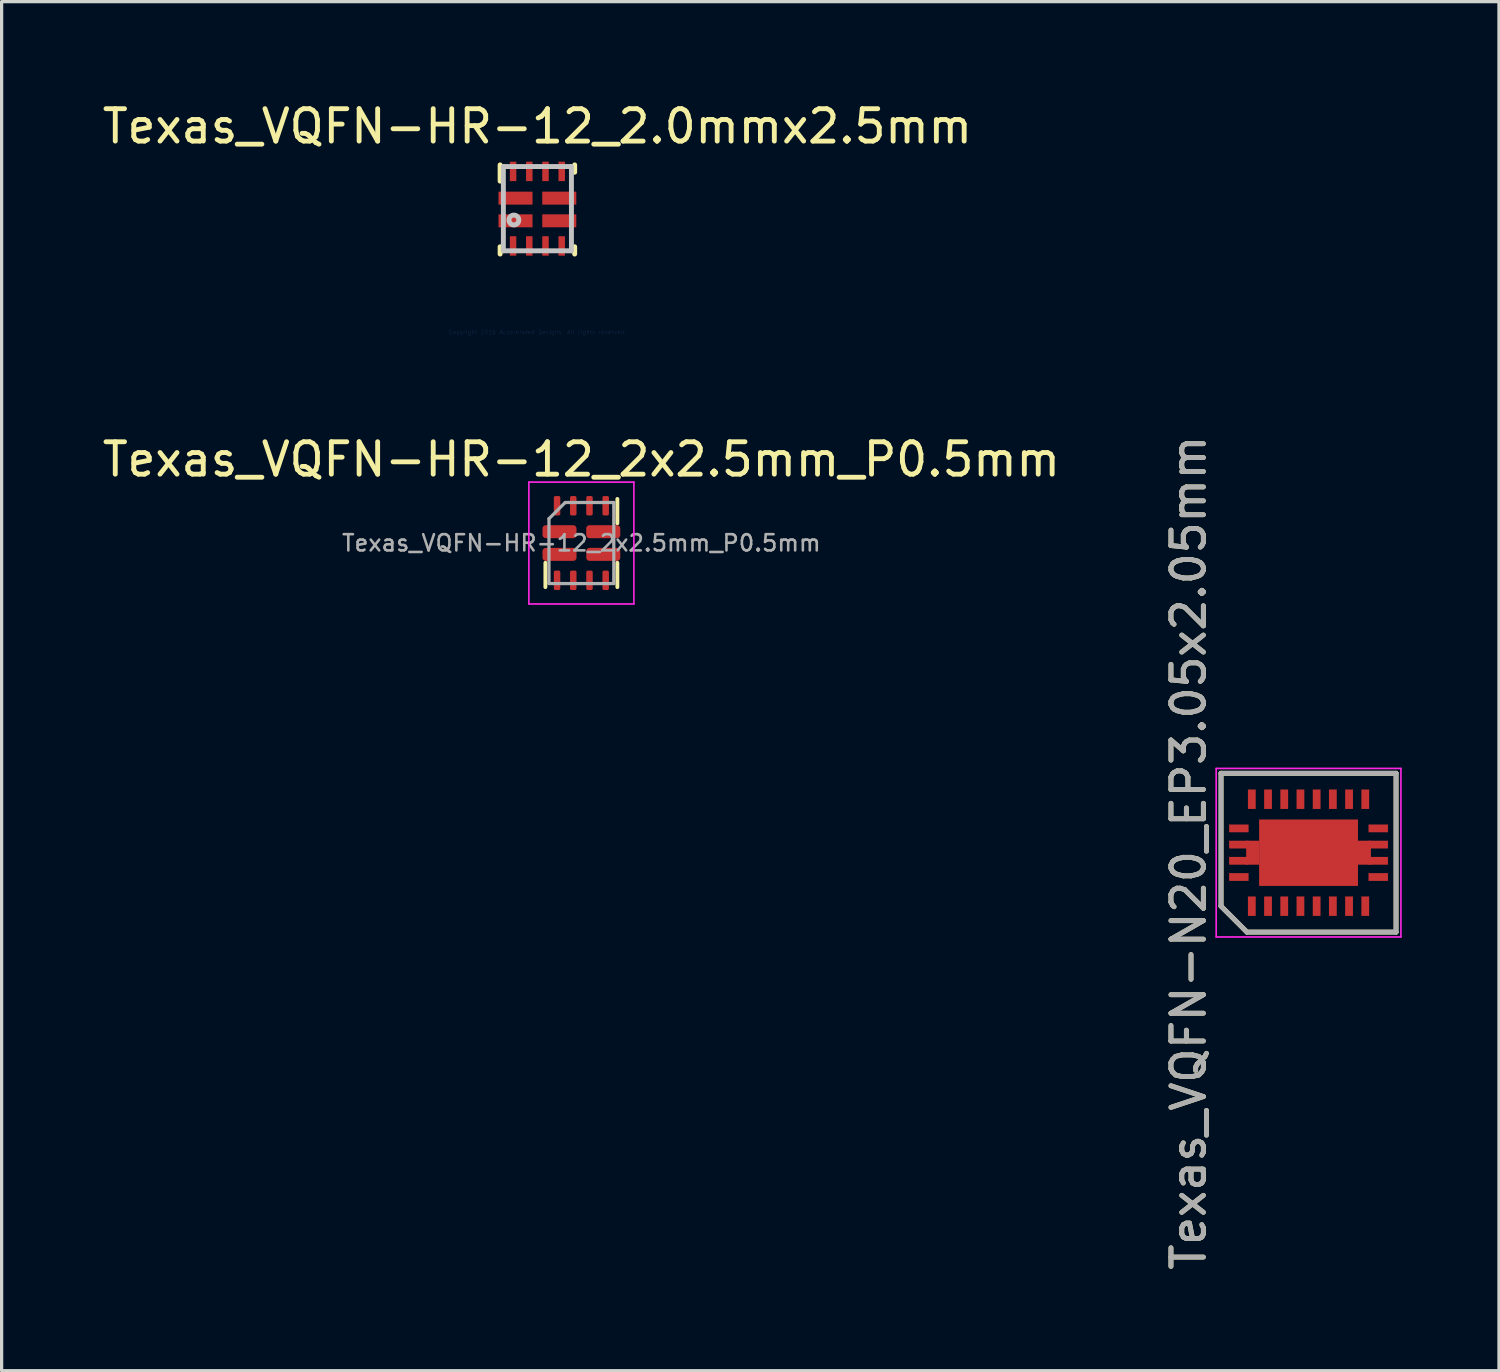
<source format=kicad_pcb>
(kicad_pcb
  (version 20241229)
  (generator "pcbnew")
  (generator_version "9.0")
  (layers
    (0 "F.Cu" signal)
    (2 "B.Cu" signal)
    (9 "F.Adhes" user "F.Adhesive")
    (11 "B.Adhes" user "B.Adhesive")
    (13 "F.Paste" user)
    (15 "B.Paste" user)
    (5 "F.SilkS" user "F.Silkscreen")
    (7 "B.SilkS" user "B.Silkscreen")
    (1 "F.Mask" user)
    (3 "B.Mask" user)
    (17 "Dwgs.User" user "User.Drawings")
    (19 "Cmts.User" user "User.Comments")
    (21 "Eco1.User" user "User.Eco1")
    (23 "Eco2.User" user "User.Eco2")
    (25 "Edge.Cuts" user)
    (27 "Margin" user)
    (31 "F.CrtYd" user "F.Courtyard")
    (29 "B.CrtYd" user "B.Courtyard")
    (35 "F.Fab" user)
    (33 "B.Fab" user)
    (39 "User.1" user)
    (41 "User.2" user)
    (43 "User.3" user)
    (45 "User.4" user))
  (footprint "Texas_VQFN-N20_EP3.05x2.05mm"
    (layer "F.Cu")
    (at 37.322 23.258)
    (property "Reference" "Texas_VQFN-N20_EP3.05x2.05mm" (at -3.7 0 90) (layer "F.SilkS") (effects (font (size 1 1) (thickness 0.15))))
    (attr smd)
    (fp_line (start -2.7 -2.45) (end 2.7 -2.45) (stroke (width 0.15) (type solid)) (layer "F.SilkS"))
    (fp_line (start -2.7 1.65) (end -2.7 -2.45) (stroke (width 0.15) (type solid)) (layer "F.SilkS"))
    (fp_line (start -1.9 2.45) (end -2.7 1.65) (stroke (width 0.15) (type solid)) (layer "F.SilkS"))
    (fp_line (start 2.7 -2.45) (end 2.7 2.45) (stroke (width 0.15) (type solid)) (layer "F.SilkS"))
    (fp_line (start 2.7 2.45) (end -1.9 2.45) (stroke (width 0.15) (type solid)) (layer "F.SilkS"))
    (fp_line (start -2.85 -2.6) (end 2.85 -2.6) (stroke (width 0.05) (type solid)) (layer "F.CrtYd"))
    (fp_line (start -2.85 2.6) (end -2.85 -2.6) (stroke (width 0.05) (type solid)) (layer "F.CrtYd"))
    (fp_line (start 2.85 -2.6) (end 2.85 2.6) (stroke (width 0.05) (type solid)) (layer "F.CrtYd"))
    (fp_line (start 2.85 2.6) (end -2.85 2.6) (stroke (width 0.05) (type solid)) (layer "F.CrtYd"))
    (fp_line (start -2.7 -2.45) (end 2.7 -2.45) (stroke (width 0.15) (type solid)) (layer "F.Fab"))
    (fp_line (start -2.7 1.65) (end -2.7 -2.45) (stroke (width 0.15) (type solid)) (layer "F.Fab"))
    (fp_line (start -1.9 2.45) (end -2.7 1.65) (stroke (width 0.15) (type solid)) (layer "F.Fab"))
    (fp_line (start 2.7 -2.45) (end 2.7 2.45) (stroke (width 0.15) (type solid)) (layer "F.Fab"))
    (fp_line (start 2.7 2.45) (end -1.9 2.45) (stroke (width 0.15) (type solid)) (layer "F.Fab"))
    (fp_text user "${REFERENCE}" (at -3.7 0 90) (layer "F.Fab") (effects (font (size 1 1) (thickness 0.15))))
    (pad "" smd rect (at -1.8 0) (size 0.25 0.74) (layers "F.Paste"))
    (pad "" smd rect (at -1.05 -0.56) (size 0.85 0.92) (layers "F.Paste"))
    (pad "" smd rect (at -1.05 0.56) (size 0.85 0.92) (layers "F.Paste"))
    (pad "" smd rect (at 0 -0.56) (size 0.85 0.92) (layers "F.Paste"))
    (pad "" smd rect (at 0 0.56) (size 0.85 0.92) (layers "F.Paste"))
    (pad "" smd rect (at 1.05 -0.56) (size 0.85 0.92) (layers "F.Paste"))
    (pad "" smd rect (at 1.05 0.56) (size 0.85 0.92) (layers "F.Paste"))
    (pad "" smd rect (at 1.8 0) (size 0.25 0.74) (layers "F.Paste"))
    (pad "1" smd rect (at -2.15 0.75 90) (size 0.24 0.6) (layers "F.Cu" "F.Mask" "F.Paste"))
    (pad "2" smd rect (at -1.75 1.65) (size 0.24 0.6) (layers "F.Cu" "F.Mask" "F.Paste"))
    (pad "3" smd rect (at -1.25 1.65) (size 0.24 0.6) (layers "F.Cu" "F.Mask" "F.Paste"))
    (pad "4" smd rect (at -0.75 1.65) (size 0.24 0.6) (layers "F.Cu" "F.Mask" "F.Paste"))
    (pad "5" smd rect (at -0.25 1.65) (size 0.24 0.6) (layers "F.Cu" "F.Mask" "F.Paste"))
    (pad "6" smd rect (at 0.25 1.65) (size 0.24 0.6) (layers "F.Cu" "F.Mask" "F.Paste"))
    (pad "7" smd rect (at 0.75 1.65) (size 0.24 0.6) (layers "F.Cu" "F.Mask" "F.Paste"))
    (pad "8" smd rect (at 1.25 1.65) (size 0.24 0.6) (layers "F.Cu" "F.Mask" "F.Paste"))
    (pad "9" smd rect (at 1.75 1.65) (size 0.24 0.6) (layers "F.Cu" "F.Mask" "F.Paste"))
    (pad "10" smd rect (at 2.15 0.75 90) (size 0.24 0.6) (layers "F.Cu" "F.Mask" "F.Paste"))
    (pad "11" smd rect (at 2.15 -0.75 90) (size 0.24 0.6) (layers "F.Cu" "F.Mask" "F.Paste"))
    (pad "12" smd rect (at 1.75 -1.65) (size 0.24 0.6) (layers "F.Cu" "F.Mask" "F.Paste"))
    (pad "13" smd rect (at 1.25 -1.65) (size 0.24 0.6) (layers "F.Cu" "F.Mask" "F.Paste"))
    (pad "14" smd rect (at 0.75 -1.65) (size 0.24 0.6) (layers "F.Cu" "F.Mask" "F.Paste"))
    (pad "15" smd rect (at 0.25 -1.65) (size 0.24 0.6) (layers "F.Cu" "F.Mask" "F.Paste"))
    (pad "16" smd rect (at -0.25 -1.65) (size 0.24 0.6) (layers "F.Cu" "F.Mask" "F.Paste"))
    (pad "17" smd rect (at -0.75 -1.65) (size 0.24 0.6) (layers "F.Cu" "F.Mask" "F.Paste"))
    (pad "18" smd rect (at -1.25 -1.65) (size 0.24 0.6) (layers "F.Cu" "F.Mask" "F.Paste"))
    (pad "19" smd rect (at -1.75 -1.65) (size 0.24 0.6) (layers "F.Cu" "F.Mask" "F.Paste"))
    (pad "20" smd rect (at -2.15 -0.75 90) (size 0.24 0.6) (layers "F.Cu" "F.Mask" "F.Paste"))
    (pad "21" smd rect (at -2.15 -0.25 90) (size 0.24 0.6) (layers "F.Cu" "F.Mask" "F.Paste"))
    (pad "21" smd rect (at -2.15 0.25 90) (size 0.24 0.6) (layers "F.Cu" "F.Mask" "F.Paste"))
    (pad "21" smd rect (at -1.725 0) (size 0.4 0.74) (layers "F.Cu" "F.Mask"))
    (pad "21" smd rect (at 0 0) (size 3.05 2.05) (layers "F.Cu" "F.Mask"))
    (pad "21" smd rect (at 1.725 0) (size 0.4 0.74) (layers "F.Cu" "F.Mask"))
    (pad "21" smd rect (at 2.15 -0.25 90) (size 0.24 0.6) (layers "F.Cu" "F.Mask" "F.Paste"))
    (pad "21" smd rect (at 2.15 0.25 90) (size 0.24 0.6) (layers "F.Cu" "F.Mask" "F.Paste")))
  (footprint "Texas_VQFN-HR-12_2.0mmx2.5mm"
    (layer "F.Cu")
    (at 13.53 3.388)
    (property "Reference" "Texas_VQFN-HR-12_2.0mmx2.5mm" (at 0 -2.54 0) (layer "F.SilkS") (effects (font (size 1 1) (thickness 0.15))))
    (attr through_hole)
    (fp_line (start -1.15 -0.85) (end -1.15 -1.35) (stroke (width 0.152) (type solid)) (layer "F.SilkS"))
    (fp_line (start -1.15 1.4) (end -1.15 1.175) (stroke (width 0.152) (type solid)) (layer "F.SilkS"))
    (fp_line (start 1.15 -1.125) (end 1.15 -1.35) (stroke (width 0.152) (type solid)) (layer "F.SilkS"))
    (fp_line (start 1.15 1.4) (end 1.15 1.175) (stroke (width 0.152) (type solid)) (layer "F.SilkS"))
    (fp_line (start -1.05 -1.3) (end 1.05 -1.3) (stroke (width 0.152) (type solid)) (layer "Dwgs.User"))
    (fp_line (start -1.05 1.3) (end -1.05 -1.3) (stroke (width 0.152) (type solid)) (layer "Dwgs.User"))
    (fp_line (start -1.05 1.3) (end 1.05 1.3) (stroke (width 0.152) (type solid)) (layer "Dwgs.User"))
    (fp_line (start 1.05 1.3) (end 1.05 -1.3) (stroke (width 0.152) (type solid)) (layer "Dwgs.User"))
    (fp_circle (center -0.725 0.35) (end -0.573 0.35) (stroke (width 0.152) (type solid)) (fill no) (layer "Dwgs.User"))
    (fp_text user "Copyright 2016 Accelerated Designs. All rights reserved." (at 0 3.81 0) (layer "Cmts.User") (effects (font (size 0.127 0.127) (thickness 0.002))))
    (pad "" smd rect (at -0.75 -1.15 90) (size 0.6 0.2) (layers "F.Mask"))
    (pad "" smd rect (at -0.75 -1.15 90) (size 0.6 0.2) (layers "F.Paste"))
    (pad "" smd rect (at -0.75 1.15 90) (size 0.6 0.2) (layers "F.Mask"))
    (pad "" smd rect (at -0.75 1.15 90) (size 0.6 0.2) (layers "F.Paste"))
    (pad "" smd rect (at -0.675 -0.325) (size 1.05 0.4) (layers "F.Mask"))
    (pad "" smd rect (at -0.675 -0.325) (size 1.05 0.4) (layers "F.Paste"))
    (pad "" smd rect (at -0.675 0.375) (size 1.05 0.4) (layers "F.Mask"))
    (pad "" smd rect (at -0.675 0.375) (size 1.05 0.4) (layers "F.Paste"))
    (pad "" smd rect (at -0.25 -1.15 90) (size 0.6 0.2) (layers "F.Mask"))
    (pad "" smd rect (at -0.25 -1.15 90) (size 0.6 0.2) (layers "F.Paste"))
    (pad "" smd rect (at -0.25 1.15 90) (size 0.6 0.2) (layers "F.Mask"))
    (pad "" smd rect (at -0.25 1.15 90) (size 0.6 0.2) (layers "F.Paste"))
    (pad "" smd rect (at 0.25 -1.15 90) (size 0.6 0.2) (layers "F.Mask"))
    (pad "" smd rect (at 0.25 -1.15 90) (size 0.6 0.2) (layers "F.Paste"))
    (pad "" smd rect (at 0.25 1.15 90) (size 0.6 0.2) (layers "F.Mask"))
    (pad "" smd rect (at 0.25 1.15 90) (size 0.6 0.2) (layers "F.Paste"))
    (pad "" smd rect (at 0.675 -0.325) (size 1.05 0.4) (layers "F.Mask"))
    (pad "" smd rect (at 0.675 -0.325) (size 1.05 0.4) (layers "F.Paste"))
    (pad "" smd rect (at 0.675 0.375) (size 1.05 0.4) (layers "F.Mask"))
    (pad "" smd rect (at 0.675 0.375) (size 1.05 0.4) (layers "F.Paste"))
    (pad "" smd rect (at 0.75 -1.15 90) (size 0.6 0.2) (layers "F.Mask"))
    (pad "" smd rect (at 0.75 -1.15 90) (size 0.6 0.2) (layers "F.Paste"))
    (pad "" smd rect (at 0.75 1.15 90) (size 0.6 0.2) (layers "F.Mask"))
    (pad "" smd rect (at 0.75 1.15 90) (size 0.6 0.2) (layers "F.Paste"))
    (pad "1" smd rect (at -0.675 -0.325) (size 1.05 0.4) (layers "F.Cu"))
    (pad "2" smd rect (at -0.675 0.375) (size 1.05 0.4) (layers "F.Cu"))
    (pad "3" smd rect (at -0.75 1.15 90) (size 0.6 0.2) (layers "F.Cu"))
    (pad "4" smd rect (at -0.25 1.15 90) (size 0.6 0.2) (layers "F.Cu"))
    (pad "5" smd rect (at 0.25 1.15 90) (size 0.6 0.2) (layers "F.Cu"))
    (pad "6" smd rect (at 0.75 1.15 90) (size 0.6 0.2) (layers "F.Cu"))
    (pad "7" smd rect (at 0.675 0.375) (size 1.05 0.4) (layers "F.Cu"))
    (pad "8" smd rect (at 0.675 -0.325) (size 1.05 0.4) (layers "F.Cu"))
    (pad "9" smd rect (at 0.75 -1.15 90) (size 0.6 0.2) (layers "F.Cu"))
    (pad "10" smd rect (at 0.25 -1.15 90) (size 0.6 0.2) (layers "F.Cu"))
    (pad "11" smd rect (at -0.25 -1.15 90) (size 0.6 0.2) (layers "F.Cu"))
    (pad "12" smd rect (at -0.75 -1.15 90) (size 0.6 0.2) (layers "F.Cu")))
  (footprint "Texas_VQFN-HR-12_2x2.5mm_P0.5mm"
    (layer "F.Cu")
    (at 14.887 13.704)
    (property "Reference" "Texas_VQFN-HR-12_2x2.5mm_P0.5mm" (at 0 -2.58 0) (layer "F.SilkS") (effects (font (size 1 1) (thickness 0.15))))
    (attr smd)
    (fp_line (start -1.11 1.36) (end -1.11 0.61) (stroke (width 0.12) (type solid)) (layer "F.SilkS"))
    (fp_line (start 1.11 -1.36) (end 1.11 -0.61) (stroke (width 0.12) (type solid)) (layer "F.SilkS"))
    (fp_line (start 1.11 1.36) (end 1.11 0.61) (stroke (width 0.12) (type solid)) (layer "F.SilkS"))
    (fp_line (start -1.62 -1.88) (end -1.62 1.88) (stroke (width 0.05) (type solid)) (layer "F.CrtYd"))
    (fp_line (start -1.62 1.88) (end 1.62 1.88) (stroke (width 0.05) (type solid)) (layer "F.CrtYd"))
    (fp_line (start 1.62 -1.88) (end -1.62 -1.88) (stroke (width 0.05) (type solid)) (layer "F.CrtYd"))
    (fp_line (start 1.62 1.88) (end 1.62 -1.88) (stroke (width 0.05) (type solid)) (layer "F.CrtYd"))
    (fp_line (start -1 -0.75) (end -0.5 -1.25) (stroke (width 0.1) (type solid)) (layer "F.Fab"))
    (fp_line (start -1 1.25) (end -1 -0.75) (stroke (width 0.1) (type solid)) (layer "F.Fab"))
    (fp_line (start -0.5 -1.25) (end 1 -1.25) (stroke (width 0.1) (type solid)) (layer "F.Fab"))
    (fp_line (start 1 -1.25) (end 1 1.25) (stroke (width 0.1) (type solid)) (layer "F.Fab"))
    (fp_line (start 1 1.25) (end -1 1.25) (stroke (width 0.1) (type solid)) (layer "F.Fab"))
    (fp_text user "${REFERENCE}" (at 0 0 0) (layer "F.Fab") (effects (font (size 0.5 0.5) (thickness 0.08))))
    (pad "1" smd roundrect (at -0.675 -0.35) (size 1.05 0.4) (layers "F.Cu" "F.Mask" "F.Paste") (roundrect_rratio 0.25))
    (pad "2" smd roundrect (at -0.675 0.35) (size 1.05 0.4) (layers "F.Cu" "F.Mask" "F.Paste") (roundrect_rratio 0.25))
    (pad "3" smd roundrect (at -0.75 1.15) (size 0.2 0.6) (layers "F.Cu" "F.Mask" "F.Paste") (roundrect_rratio 0.25))
    (pad "4" smd roundrect (at -0.25 1.15) (size 0.2 0.6) (layers "F.Cu" "F.Mask" "F.Paste") (roundrect_rratio 0.25))
    (pad "5" smd roundrect (at 0.25 1.15) (size 0.2 0.6) (layers "F.Cu" "F.Mask" "F.Paste") (roundrect_rratio 0.25))
    (pad "6" smd roundrect (at 0.75 1.15) (size 0.2 0.6) (layers "F.Cu" "F.Mask" "F.Paste") (roundrect_rratio 0.25))
    (pad "7" smd roundrect (at 0.675 0.35) (size 1.05 0.4) (layers "F.Cu" "F.Mask" "F.Paste") (roundrect_rratio 0.25))
    (pad "8" smd roundrect (at 0.675 -0.35) (size 1.05 0.4) (layers "F.Cu" "F.Mask" "F.Paste") (roundrect_rratio 0.25))
    (pad "9" smd roundrect (at 0.75 -1.15) (size 0.2 0.6) (layers "F.Cu" "F.Mask" "F.Paste") (roundrect_rratio 0.25))
    (pad "10" smd roundrect (at 0.25 -1.15) (size 0.2 0.6) (layers "F.Cu" "F.Mask" "F.Paste") (roundrect_rratio 0.25))
    (pad "11" smd roundrect (at -0.25 -1.15) (size 0.2 0.6) (layers "F.Cu" "F.Mask" "F.Paste") (roundrect_rratio 0.25))
    (pad "12" smd roundrect (at -0.75 -1.15) (size 0.2 0.6) (layers "F.Cu" "F.Mask" "F.Paste") (roundrect_rratio 0.25)))
  (gr_rect
    (start -3 -3)
    (end 43.197 39.24)
    (stroke (width 0.1) (type default))
    (fill no)
    (layer "Edge.Cuts")))
</source>
